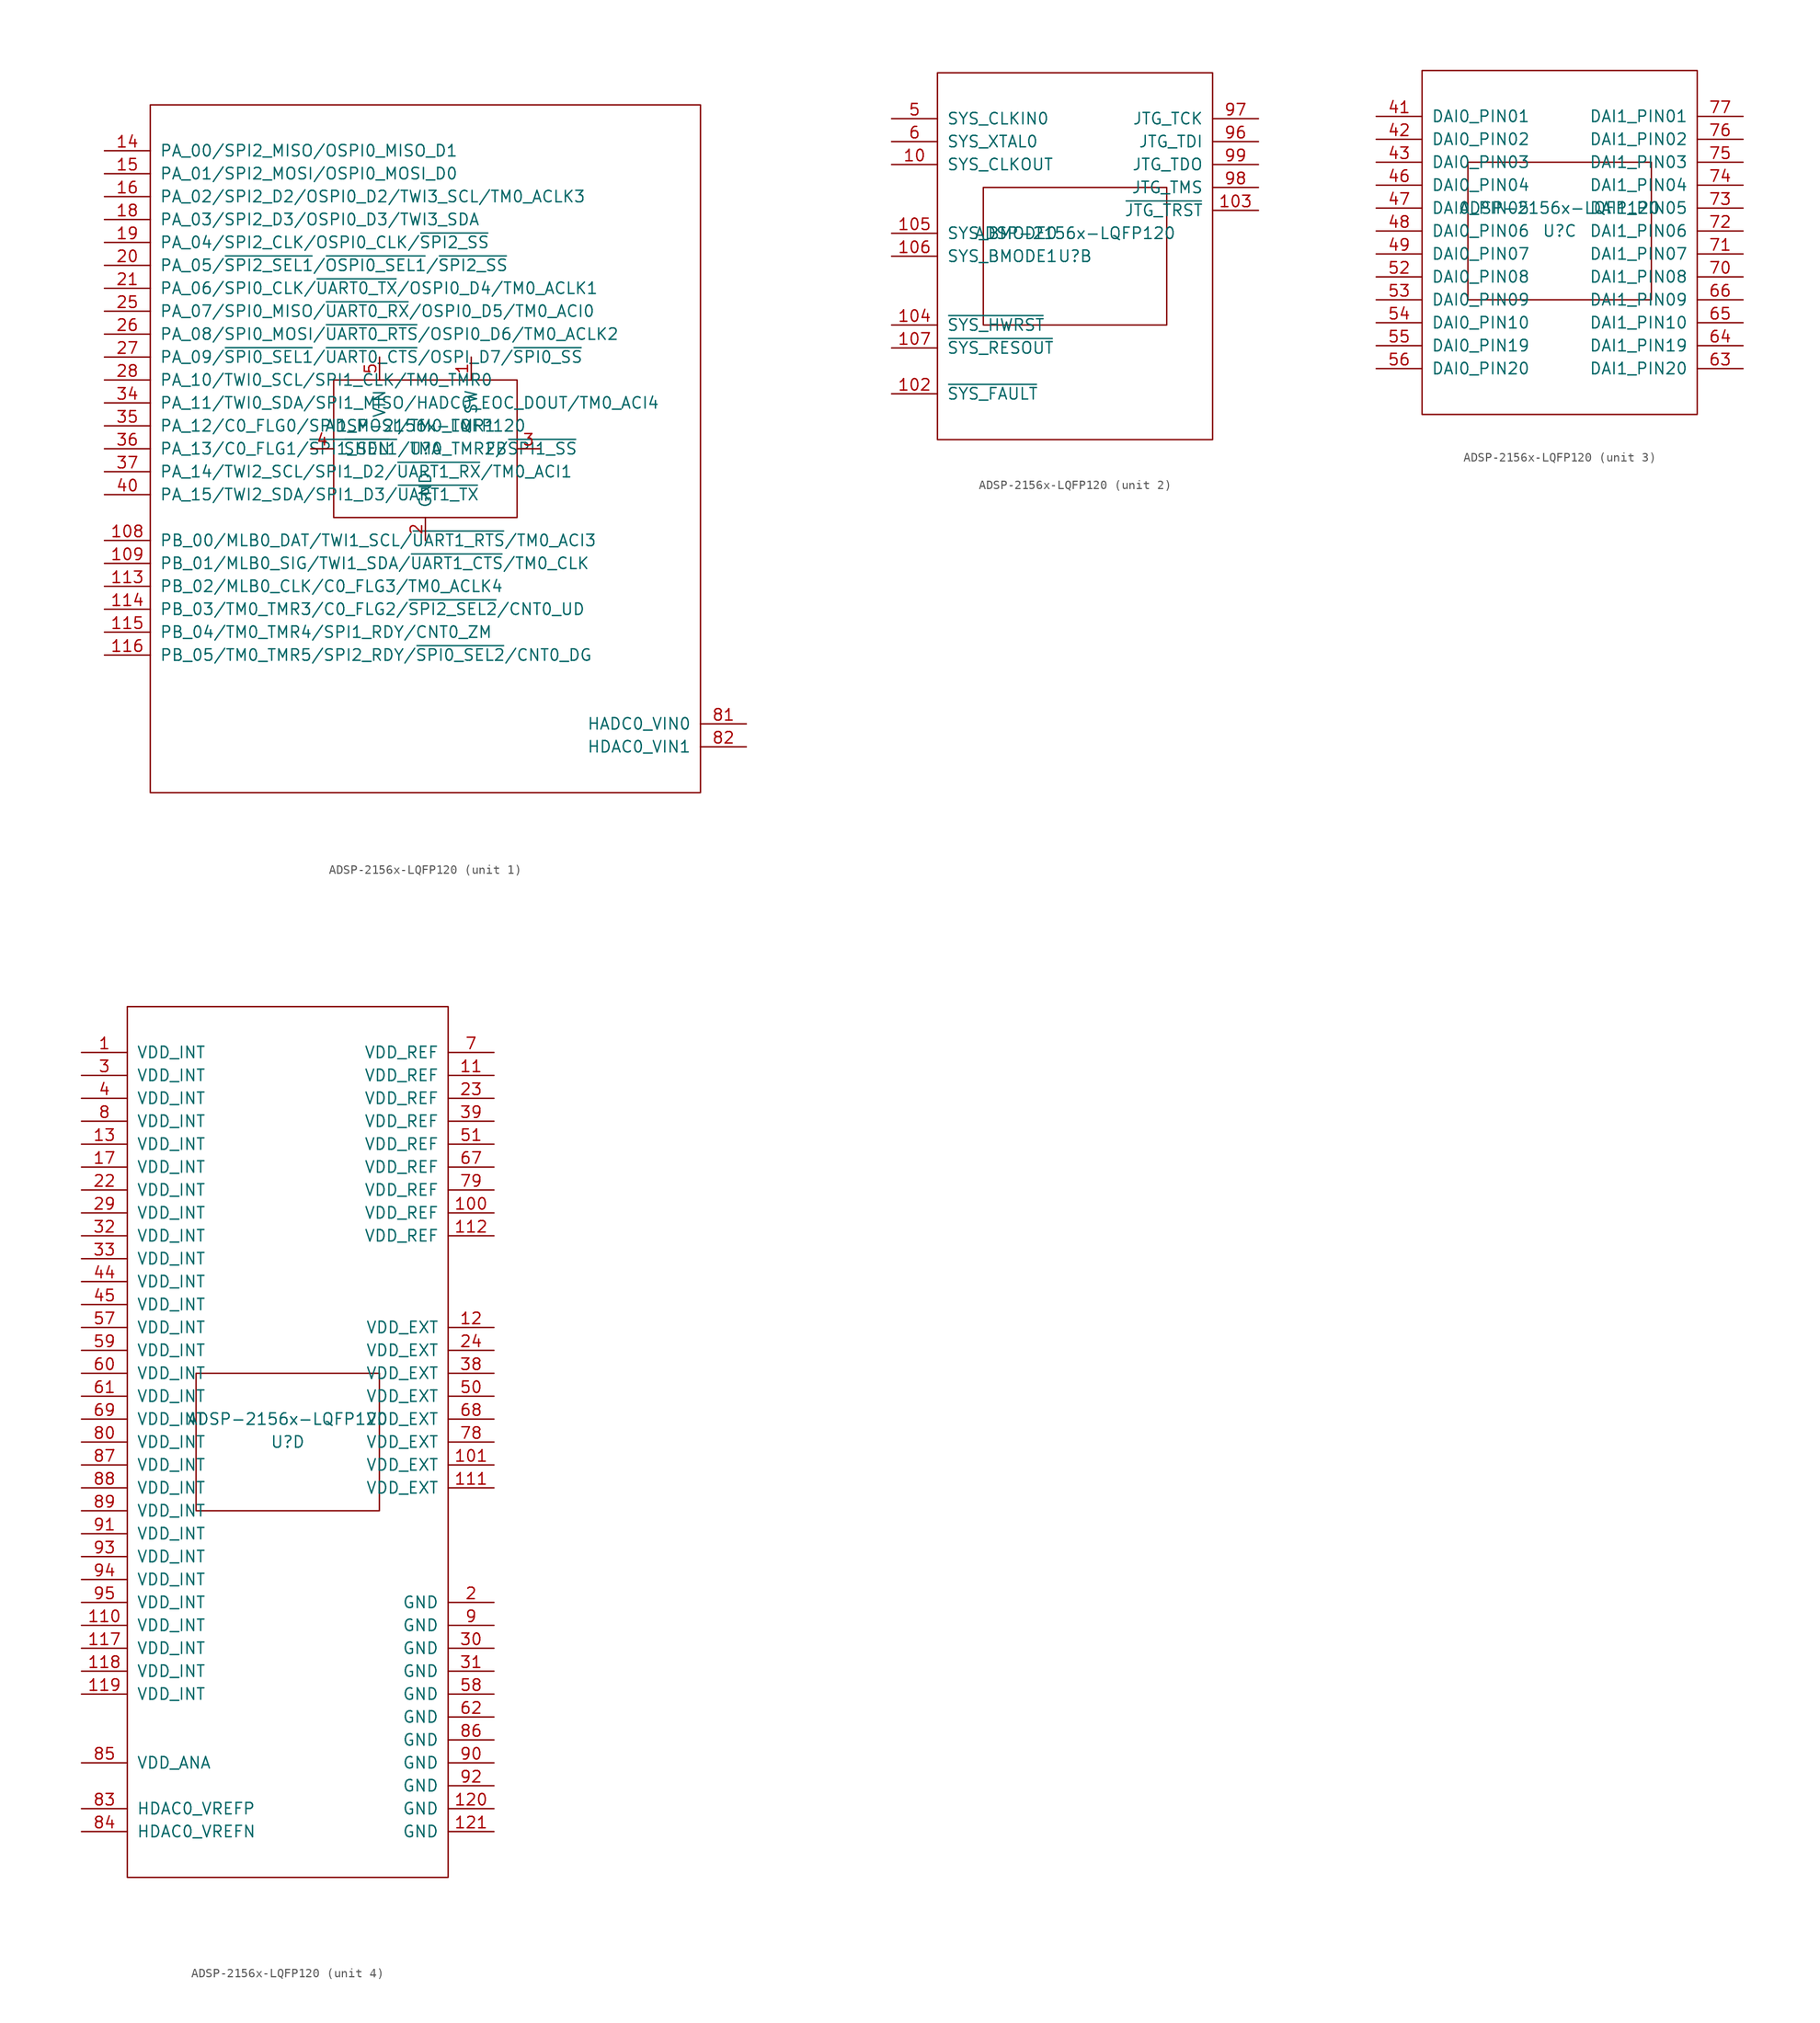
<source format=kicad_sym>
(kicad_symbol_lib
  (version 20220914)
  (generator kicad_symbol_editor)
  (symbol "ADSP-2156x-LQFP120"
    (pin_names
      (offset 1.016))
    (property "Reference" "U"
      (at 0 0 0)
      (effects (font (size 1.27 1.27))))
    (property "Value" "ADSP-2156x-LQFP120"
      (at 0 2.54 0)
      (effects (font (size 1.27 1.27))))
    (property "ki_locked" ""
      (at 0 0 0)
      (effects (font (size 1.27 1.27))))
    (symbol "ADSP-2156x-LQFP120_0_1"
      (rectangle (start -10.16 7.62) (end 10.16 -7.62) (stroke (width 0) (type solid)) (fill (type none))))
    (symbol "ADSP-2156x-LQFP120_1_1"
      (rectangle (start -30.48 38.1) (end 30.48 -38.1) (stroke (width 0) (type solid)) (fill (type none)))
      (pin power_out line (at 5.08 10.16 270) (length 2.54) (name "SW" (effects (font (size 1.27 1.27)))) (number "1" (effects (font (size 1.27 1.27)))))
      (pin bidirectional line (at -35.56 -10.16 0) (length 5.08) (name "PB_00/MLB0_DAT/TWI1_SCL/~{UART1_RTS}/TM0_ACI3" (effects (font (size 1.27 1.27)))) (number "108" (effects (font (size 1.27 1.27)))))
      (pin bidirectional line (at -35.56 -12.7 0) (length 5.08) (name "PB_01/MLB0_SIG/TWI1_SDA/~{UART1_CTS}/TM0_CLK" (effects (font (size 1.27 1.27)))) (number "109" (effects (font (size 1.27 1.27)))))
      (pin bidirectional line (at -35.56 -15.24 0) (length 5.08) (name "PB_02/MLB0_CLK/C0_FLG3/TM0_ACLK4" (effects (font (size 1.27 1.27)))) (number "113" (effects (font (size 1.27 1.27)))))
      (pin bidirectional line (at -35.56 -17.78 0) (length 5.08) (name "PB_03/TM0_TMR3/C0_FLG2/~{SPI2_SEL2}/CNT0_UD" (effects (font (size 1.27 1.27)))) (number "114" (effects (font (size 1.27 1.27)))))
      (pin bidirectional line (at -35.56 -20.32 0) (length 5.08) (name "PB_04/TM0_TMR4/SPI1_RDY/CNT0_ZM" (effects (font (size 1.27 1.27)))) (number "115" (effects (font (size 1.27 1.27)))))
      (pin bidirectional line (at -35.56 -22.86 0) (length 5.08) (name "PB_05/TM0_TMR5/SPI2_RDY/~{SPI0_SEL2}/CNT0_DG" (effects (font (size 1.27 1.27)))) (number "116" (effects (font (size 1.27 1.27)))))
      (pin bidirectional line (at -35.56 33.02 0) (length 5.08) (name "PA_00/SPI2_MISO/OSPI0_MISO_D1" (effects (font (size 1.27 1.27)))) (number "14" (effects (font (size 1.27 1.27)))))
      (pin bidirectional line (at -35.56 30.48 0) (length 5.08) (name "PA_01/SPI2_MOSI/OSPI0_MOSI_D0" (effects (font (size 1.27 1.27)))) (number "15" (effects (font (size 1.27 1.27)))))
      (pin bidirectional line (at -35.56 27.94 0) (length 5.08) (name "PA_02/SPI2_D2/OSPI0_D2/TWI3_SCL/TM0_ACLK3" (effects (font (size 1.27 1.27)))) (number "16" (effects (font (size 1.27 1.27)))))
      (pin bidirectional line (at -35.56 25.4 0) (length 5.08) (name "PA_03/SPI2_D3/OSPI0_D3/TWI3_SDA" (effects (font (size 1.27 1.27)))) (number "18" (effects (font (size 1.27 1.27)))))
      (pin bidirectional line (at -35.56 22.86 0) (length 5.08) (name "PA_04/SPI2_CLK/OSPI0_CLK/~{SPI2_SS}" (effects (font (size 1.27 1.27)))) (number "19" (effects (font (size 1.27 1.27)))))
      (pin power_in line (at 0 -10.16 90) (length 2.54) (name "GND" (effects (font (size 1.27 1.27)))) (number "2" (effects (font (size 1.27 1.27)))))
      (pin bidirectional line (at -35.56 20.32 0) (length 5.08) (name "PA_05/~{SPI2_SEL1}/~{OSPI0_SEL1}/~{SPI2_SS}" (effects (font (size 1.27 1.27)))) (number "20" (effects (font (size 1.27 1.27)))))
      (pin bidirectional line (at -35.56 17.78 0) (length 5.08) (name "PA_06/SPI0_CLK/~{UART0_TX}/OSPI0_D4/TM0_ACLK1" (effects (font (size 1.27 1.27)))) (number "21" (effects (font (size 1.27 1.27)))))
      (pin bidirectional line (at -35.56 15.24 0) (length 5.08) (name "PA_07/SPI0_MISO/~{UART0_RX}/OSPI0_D5/TM0_ACI0" (effects (font (size 1.27 1.27)))) (number "25" (effects (font (size 1.27 1.27)))))
      (pin bidirectional line (at -35.56 12.7 0) (length 5.08) (name "PA_08/SPI0_MOSI/~{UART0_RTS}/OSPI0_D6/TM0_ACLK2" (effects (font (size 1.27 1.27)))) (number "26" (effects (font (size 1.27 1.27)))))
      (pin bidirectional line (at -35.56 10.16 0) (length 5.08) (name "PA_09/~{SPI0_SEL1}/~{UART0_CTS}/OSPI_D7/~{SPI0_SS}" (effects (font (size 1.27 1.27)))) (number "27" (effects (font (size 1.27 1.27)))))
      (pin bidirectional line (at -35.56 7.62 0) (length 5.08) (name "PA_10/TWI0_SCL/SPI1_CLK/TM0_TMR0" (effects (font (size 1.27 1.27)))) (number "28" (effects (font (size 1.27 1.27)))))
      (pin input line (at 12.7 0 180) (length 2.54) (name "FB" (effects (font (size 1.27 1.27)))) (number "3" (effects (font (size 1.27 1.27)))))
      (pin bidirectional line (at -35.56 5.08 0) (length 5.08) (name "PA_11/TWI0_SDA/SPI1_MISO/HADC0_EOC_DOUT/TM0_ACI4" (effects (font (size 1.27 1.27)))) (number "34" (effects (font (size 1.27 1.27)))))
      (pin bidirectional line (at -35.56 2.54 0) (length 5.08) (name "PA_12/C0_FLG0/SPI1_MOSI/TM0_TMR1" (effects (font (size 1.27 1.27)))) (number "35" (effects (font (size 1.27 1.27)))))
      (pin bidirectional line (at -35.56 0 0) (length 5.08) (name "PA_13/C0_FLG1/~{SPI1_SEL1}/TM0_TMR2/~{SPI1_SS}" (effects (font (size 1.27 1.27)))) (number "36" (effects (font (size 1.27 1.27)))))
      (pin bidirectional line (at -35.56 -2.54 0) (length 5.08) (name "PA_14/TWI2_SCL/SPI1_D2/~{UART1_RX}/TM0_ACI1" (effects (font (size 1.27 1.27)))) (number "37" (effects (font (size 1.27 1.27)))))
      (pin input line (at -12.7 0 0) (length 2.54) (name "~{SHDN}" (effects (font (size 1.27 1.27)))) (number "4" (effects (font (size 1.27 1.27)))))
      (pin bidirectional line (at -35.56 -5.08 0) (length 5.08) (name "PA_15/TWI2_SDA/SPI1_D3/~{UART1_TX}" (effects (font (size 1.27 1.27)))) (number "40" (effects (font (size 1.27 1.27)))))
      (pin power_in line (at -5.08 10.16 270) (length 2.54) (name "VIN" (effects (font (size 1.27 1.27)))) (number "5" (effects (font (size 1.27 1.27)))))
      (pin input line (at 35.56 -30.48 180) (length 5.08) (name "HADC0_VIN0" (effects (font (size 1.27 1.27)))) (number "81" (effects (font (size 1.27 1.27)))))
      (pin input line (at 35.56 -33.02 180) (length 5.08) (name "HDAC0_VIN1" (effects (font (size 1.27 1.27)))) (number "82" (effects (font (size 1.27 1.27))))))
    (symbol "ADSP-2156x-LQFP120_2_1"
      (rectangle (start -15.24 20.32) (end 15.24 -20.32) (stroke (width 0) (type solid)) (fill (type none)))
      (pin output line (at -20.32 10.16 0) (length 5.08) (name "SYS_CLKOUT" (effects (font (size 1.27 1.27)))) (number "10" (effects (font (size 1.27 1.27)))))
      (pin output line (at -20.32 -15.24 0) (length 5.08) (name "~{SYS_FAULT}" (effects (font (size 1.27 1.27)))) (number "102" (effects (font (size 1.27 1.27)))))
      (pin input line (at 20.32 5.08 180) (length 5.08) (name "~{JTG_TRST}" (effects (font (size 1.27 1.27)))) (number "103" (effects (font (size 1.27 1.27)))))
      (pin input line (at -20.32 -7.62 0) (length 5.08) (name "~{SYS_HWRST}" (effects (font (size 1.27 1.27)))) (number "104" (effects (font (size 1.27 1.27)))))
      (pin input line (at -20.32 2.54 0) (length 5.08) (name "SYS_BMODE0" (effects (font (size 1.27 1.27)))) (number "105" (effects (font (size 1.27 1.27)))))
      (pin input line (at -20.32 0 0) (length 5.08) (name "SYS_BMODE1" (effects (font (size 1.27 1.27)))) (number "106" (effects (font (size 1.27 1.27)))))
      (pin output line (at -20.32 -10.16 0) (length 5.08) (name "~{SYS_RESOUT}" (effects (font (size 1.27 1.27)))) (number "107" (effects (font (size 1.27 1.27)))))
      (pin input line (at -20.32 15.24 0) (length 5.08) (name "SYS_CLKIN0" (effects (font (size 1.27 1.27)))) (number "5" (effects (font (size 1.27 1.27)))))
      (pin input line (at -20.32 12.7 0) (length 5.08) (name "SYS_XTAL0" (effects (font (size 1.27 1.27)))) (number "6" (effects (font (size 1.27 1.27)))))
      (pin input line (at 20.32 12.7 180) (length 5.08) (name "JTG_TDI" (effects (font (size 1.27 1.27)))) (number "96" (effects (font (size 1.27 1.27)))))
      (pin input line (at 20.32 15.24 180) (length 5.08) (name "JTG_TCK" (effects (font (size 1.27 1.27)))) (number "97" (effects (font (size 1.27 1.27)))))
      (pin input line (at 20.32 7.62 180) (length 5.08) (name "JTG_TMS" (effects (font (size 1.27 1.27)))) (number "98" (effects (font (size 1.27 1.27)))))
      (pin output line (at 20.32 10.16 180) (length 5.08) (name "JTG_TDO" (effects (font (size 1.27 1.27)))) (number "99" (effects (font (size 1.27 1.27))))))
    (symbol "ADSP-2156x-LQFP120_3_1"
      (rectangle (start -15.24 17.78) (end 15.24 -20.32) (stroke (width 0) (type solid)) (fill (type none)))
      (pin bidirectional line (at -20.32 12.7 0) (length 5.08) (name "DAI0_PIN01" (effects (font (size 1.27 1.27)))) (number "41" (effects (font (size 1.27 1.27)))))
      (pin bidirectional line (at -20.32 10.16 0) (length 5.08) (name "DAI0_PIN02" (effects (font (size 1.27 1.27)))) (number "42" (effects (font (size 1.27 1.27)))))
      (pin bidirectional line (at -20.32 7.62 0) (length 5.08) (name "DAI0_PIN03" (effects (font (size 1.27 1.27)))) (number "43" (effects (font (size 1.27 1.27)))))
      (pin bidirectional line (at -20.32 5.08 0) (length 5.08) (name "DAI0_PIN04" (effects (font (size 1.27 1.27)))) (number "46" (effects (font (size 1.27 1.27)))))
      (pin bidirectional line (at -20.32 2.54 0) (length 5.08) (name "DAI0_PIN05" (effects (font (size 1.27 1.27)))) (number "47" (effects (font (size 1.27 1.27)))))
      (pin bidirectional line (at -20.32 0 0) (length 5.08) (name "DAI0_PIN06" (effects (font (size 1.27 1.27)))) (number "48" (effects (font (size 1.27 1.27)))))
      (pin bidirectional line (at -20.32 -2.54 0) (length 5.08) (name "DAI0_PIN07" (effects (font (size 1.27 1.27)))) (number "49" (effects (font (size 1.27 1.27)))))
      (pin bidirectional line (at -20.32 -5.08 0) (length 5.08) (name "DAI0_PIN08" (effects (font (size 1.27 1.27)))) (number "52" (effects (font (size 1.27 1.27)))))
      (pin bidirectional line (at -20.32 -7.62 0) (length 5.08) (name "DAI0_PIN09" (effects (font (size 1.27 1.27)))) (number "53" (effects (font (size 1.27 1.27)))))
      (pin bidirectional line (at -20.32 -10.16 0) (length 5.08) (name "DAI0_PIN10" (effects (font (size 1.27 1.27)))) (number "54" (effects (font (size 1.27 1.27)))))
      (pin bidirectional line (at -20.32 -12.7 0) (length 5.08) (name "DAI0_PIN19" (effects (font (size 1.27 1.27)))) (number "55" (effects (font (size 1.27 1.27)))))
      (pin bidirectional line (at -20.32 -15.24 0) (length 5.08) (name "DAI0_PIN20" (effects (font (size 1.27 1.27)))) (number "56" (effects (font (size 1.27 1.27)))))
      (pin bidirectional line (at 20.32 -15.24 180) (length 5.08) (name "DAI1_PIN20" (effects (font (size 1.27 1.27)))) (number "63" (effects (font (size 1.27 1.27)))))
      (pin bidirectional line (at 20.32 -12.7 180) (length 5.08) (name "DAI1_PIN19" (effects (font (size 1.27 1.27)))) (number "64" (effects (font (size 1.27 1.27)))))
      (pin bidirectional line (at 20.32 -10.16 180) (length 5.08) (name "DAI1_PIN10" (effects (font (size 1.27 1.27)))) (number "65" (effects (font (size 1.27 1.27)))))
      (pin bidirectional line (at 20.32 -7.62 180) (length 5.08) (name "DAI1_PIN09" (effects (font (size 1.27 1.27)))) (number "66" (effects (font (size 1.27 1.27)))))
      (pin bidirectional line (at 20.32 -5.08 180) (length 5.08) (name "DAI1_PIN08" (effects (font (size 1.27 1.27)))) (number "70" (effects (font (size 1.27 1.27)))))
      (pin bidirectional line (at 20.32 -2.54 180) (length 5.08) (name "DAI1_PIN07" (effects (font (size 1.27 1.27)))) (number "71" (effects (font (size 1.27 1.27)))))
      (pin bidirectional line (at 20.32 0 180) (length 5.08) (name "DAI1_PIN06" (effects (font (size 1.27 1.27)))) (number "72" (effects (font (size 1.27 1.27)))))
      (pin bidirectional line (at 20.32 2.54 180) (length 5.08) (name "DAI1_PIN05" (effects (font (size 1.27 1.27)))) (number "73" (effects (font (size 1.27 1.27)))))
      (pin bidirectional line (at 20.32 5.08 180) (length 5.08) (name "DAI1_PIN04" (effects (font (size 1.27 1.27)))) (number "74" (effects (font (size 1.27 1.27)))))
      (pin bidirectional line (at 20.32 7.62 180) (length 5.08) (name "DAI1_PIN03" (effects (font (size 1.27 1.27)))) (number "75" (effects (font (size 1.27 1.27)))))
      (pin bidirectional line (at 20.32 10.16 180) (length 5.08) (name "DAI1_PIN02" (effects (font (size 1.27 1.27)))) (number "76" (effects (font (size 1.27 1.27)))))
      (pin bidirectional line (at 20.32 12.7 180) (length 5.08) (name "DAI1_PIN01" (effects (font (size 1.27 1.27)))) (number "77" (effects (font (size 1.27 1.27))))))
    (symbol "ADSP-2156x-LQFP120_4_1"
      (rectangle (start -17.78 48.26) (end 17.78 -48.26) (stroke (width 0) (type solid)) (fill (type none)))
      (pin power_in line (at -22.86 43.18 0) (length 5.08) (name "VDD_INT" (effects (font (size 1.27 1.27)))) (number "1" (effects (font (size 1.27 1.27)))))
      (pin power_in line (at 22.86 25.4 180) (length 5.08) (name "VDD_REF" (effects (font (size 1.27 1.27)))) (number "100" (effects (font (size 1.27 1.27)))))
      (pin power_in line (at 22.86 -2.54 180) (length 5.08) (name "VDD_EXT" (effects (font (size 1.27 1.27)))) (number "101" (effects (font (size 1.27 1.27)))))
      (pin power_in line (at 22.86 40.64 180) (length 5.08) (name "VDD_REF" (effects (font (size 1.27 1.27)))) (number "11" (effects (font (size 1.27 1.27)))))
      (pin power_in line (at -22.86 -20.32 0) (length 5.08) (name "VDD_INT" (effects (font (size 1.27 1.27)))) (number "110" (effects (font (size 1.27 1.27)))))
      (pin power_in line (at 22.86 -5.08 180) (length 5.08) (name "VDD_EXT" (effects (font (size 1.27 1.27)))) (number "111" (effects (font (size 1.27 1.27)))))
      (pin power_in line (at 22.86 22.86 180) (length 5.08) (name "VDD_REF" (effects (font (size 1.27 1.27)))) (number "112" (effects (font (size 1.27 1.27)))))
      (pin power_in line (at -22.86 -22.86 0) (length 5.08) (name "VDD_INT" (effects (font (size 1.27 1.27)))) (number "117" (effects (font (size 1.27 1.27)))))
      (pin power_in line (at -22.86 -25.4 0) (length 5.08) (name "VDD_INT" (effects (font (size 1.27 1.27)))) (number "118" (effects (font (size 1.27 1.27)))))
      (pin power_in line (at -22.86 -27.94 0) (length 5.08) (name "VDD_INT" (effects (font (size 1.27 1.27)))) (number "119" (effects (font (size 1.27 1.27)))))
      (pin power_in line (at 22.86 12.7 180) (length 5.08) (name "VDD_EXT" (effects (font (size 1.27 1.27)))) (number "12" (effects (font (size 1.27 1.27)))))
      (pin power_in line (at 22.86 -40.64 180) (length 5.08) (name "GND" (effects (font (size 1.27 1.27)))) (number "120" (effects (font (size 1.27 1.27)))))
      (pin power_in line (at 22.86 -43.18 180) (length 5.08) (name "GND" (effects (font (size 1.27 1.27)))) (number "121" (effects (font (size 1.27 1.27)))))
      (pin power_in line (at -22.86 33.02 0) (length 5.08) (name "VDD_INT" (effects (font (size 1.27 1.27)))) (number "13" (effects (font (size 1.27 1.27)))))
      (pin power_in line (at -22.86 30.48 0) (length 5.08) (name "VDD_INT" (effects (font (size 1.27 1.27)))) (number "17" (effects (font (size 1.27 1.27)))))
      (pin power_in line (at 22.86 -17.78 180) (length 5.08) (name "GND" (effects (font (size 1.27 1.27)))) (number "2" (effects (font (size 1.27 1.27)))))
      (pin power_in line (at -22.86 27.94 0) (length 5.08) (name "VDD_INT" (effects (font (size 1.27 1.27)))) (number "22" (effects (font (size 1.27 1.27)))))
      (pin power_in line (at 22.86 38.1 180) (length 5.08) (name "VDD_REF" (effects (font (size 1.27 1.27)))) (number "23" (effects (font (size 1.27 1.27)))))
      (pin power_in line (at 22.86 10.16 180) (length 5.08) (name "VDD_EXT" (effects (font (size 1.27 1.27)))) (number "24" (effects (font (size 1.27 1.27)))))
      (pin power_in line (at -22.86 25.4 0) (length 5.08) (name "VDD_INT" (effects (font (size 1.27 1.27)))) (number "29" (effects (font (size 1.27 1.27)))))
      (pin power_in line (at -22.86 40.64 0) (length 5.08) (name "VDD_INT" (effects (font (size 1.27 1.27)))) (number "3" (effects (font (size 1.27 1.27)))))
      (pin power_in line (at 22.86 -22.86 180) (length 5.08) (name "GND" (effects (font (size 1.27 1.27)))) (number "30" (effects (font (size 1.27 1.27)))))
      (pin power_in line (at 22.86 -25.4 180) (length 5.08) (name "GND" (effects (font (size 1.27 1.27)))) (number "31" (effects (font (size 1.27 1.27)))))
      (pin power_in line (at -22.86 22.86 0) (length 5.08) (name "VDD_INT" (effects (font (size 1.27 1.27)))) (number "32" (effects (font (size 1.27 1.27)))))
      (pin power_in line (at -22.86 20.32 0) (length 5.08) (name "VDD_INT" (effects (font (size 1.27 1.27)))) (number "33" (effects (font (size 1.27 1.27)))))
      (pin power_in line (at 22.86 7.62 180) (length 5.08) (name "VDD_EXT" (effects (font (size 1.27 1.27)))) (number "38" (effects (font (size 1.27 1.27)))))
      (pin power_in line (at 22.86 35.56 180) (length 5.08) (name "VDD_REF" (effects (font (size 1.27 1.27)))) (number "39" (effects (font (size 1.27 1.27)))))
      (pin power_in line (at -22.86 38.1 0) (length 5.08) (name "VDD_INT" (effects (font (size 1.27 1.27)))) (number "4" (effects (font (size 1.27 1.27)))))
      (pin power_in line (at -22.86 17.78 0) (length 5.08) (name "VDD_INT" (effects (font (size 1.27 1.27)))) (number "44" (effects (font (size 1.27 1.27)))))
      (pin power_in line (at -22.86 15.24 0) (length 5.08) (name "VDD_INT" (effects (font (size 1.27 1.27)))) (number "45" (effects (font (size 1.27 1.27)))))
      (pin power_in line (at 22.86 5.08 180) (length 5.08) (name "VDD_EXT" (effects (font (size 1.27 1.27)))) (number "50" (effects (font (size 1.27 1.27)))))
      (pin power_in line (at 22.86 33.02 180) (length 5.08) (name "VDD_REF" (effects (font (size 1.27 1.27)))) (number "51" (effects (font (size 1.27 1.27)))))
      (pin power_in line (at -22.86 12.7 0) (length 5.08) (name "VDD_INT" (effects (font (size 1.27 1.27)))) (number "57" (effects (font (size 1.27 1.27)))))
      (pin power_in line (at 22.86 -27.94 180) (length 5.08) (name "GND" (effects (font (size 1.27 1.27)))) (number "58" (effects (font (size 1.27 1.27)))))
      (pin power_in line (at -22.86 10.16 0) (length 5.08) (name "VDD_INT" (effects (font (size 1.27 1.27)))) (number "59" (effects (font (size 1.27 1.27)))))
      (pin power_in line (at -22.86 7.62 0) (length 5.08) (name "VDD_INT" (effects (font (size 1.27 1.27)))) (number "60" (effects (font (size 1.27 1.27)))))
      (pin power_in line (at -22.86 5.08 0) (length 5.08) (name "VDD_INT" (effects (font (size 1.27 1.27)))) (number "61" (effects (font (size 1.27 1.27)))))
      (pin power_in line (at 22.86 -30.48 180) (length 5.08) (name "GND" (effects (font (size 1.27 1.27)))) (number "62" (effects (font (size 1.27 1.27)))))
      (pin power_in line (at 22.86 30.48 180) (length 5.08) (name "VDD_REF" (effects (font (size 1.27 1.27)))) (number "67" (effects (font (size 1.27 1.27)))))
      (pin power_in line (at 22.86 2.54 180) (length 5.08) (name "VDD_EXT" (effects (font (size 1.27 1.27)))) (number "68" (effects (font (size 1.27 1.27)))))
      (pin power_in line (at -22.86 2.54 0) (length 5.08) (name "VDD_INT" (effects (font (size 1.27 1.27)))) (number "69" (effects (font (size 1.27 1.27)))))
      (pin power_in line (at 22.86 43.18 180) (length 5.08) (name "VDD_REF" (effects (font (size 1.27 1.27)))) (number "7" (effects (font (size 1.27 1.27)))))
      (pin power_in line (at 22.86 0 180) (length 5.08) (name "VDD_EXT" (effects (font (size 1.27 1.27)))) (number "78" (effects (font (size 1.27 1.27)))))
      (pin power_in line (at 22.86 27.94 180) (length 5.08) (name "VDD_REF" (effects (font (size 1.27 1.27)))) (number "79" (effects (font (size 1.27 1.27)))))
      (pin power_in line (at -22.86 35.56 0) (length 5.08) (name "VDD_INT" (effects (font (size 1.27 1.27)))) (number "8" (effects (font (size 1.27 1.27)))))
      (pin power_in line (at -22.86 0 0) (length 5.08) (name "VDD_INT" (effects (font (size 1.27 1.27)))) (number "80" (effects (font (size 1.27 1.27)))))
      (pin input line (at -22.86 -40.64 0) (length 5.08) (name "HDAC0_VREFP" (effects (font (size 1.27 1.27)))) (number "83" (effects (font (size 1.27 1.27)))))
      (pin input line (at -22.86 -43.18 0) (length 5.08) (name "HDAC0_VREFN" (effects (font (size 1.27 1.27)))) (number "84" (effects (font (size 1.27 1.27)))))
      (pin power_in line (at -22.86 -35.56 0) (length 5.08) (name "VDD_ANA" (effects (font (size 1.27 1.27)))) (number "85" (effects (font (size 1.27 1.27)))))
      (pin power_in line (at 22.86 -33.02 180) (length 5.08) (name "GND" (effects (font (size 1.27 1.27)))) (number "86" (effects (font (size 1.27 1.27)))))
      (pin power_in line (at -22.86 -2.54 0) (length 5.08) (name "VDD_INT" (effects (font (size 1.27 1.27)))) (number "87" (effects (font (size 1.27 1.27)))))
      (pin power_in line (at -22.86 -5.08 0) (length 5.08) (name "VDD_INT" (effects (font (size 1.27 1.27)))) (number "88" (effects (font (size 1.27 1.27)))))
      (pin power_in line (at -22.86 -7.62 0) (length 5.08) (name "VDD_INT" (effects (font (size 1.27 1.27)))) (number "89" (effects (font (size 1.27 1.27)))))
      (pin power_in line (at 22.86 -20.32 180) (length 5.08) (name "GND" (effects (font (size 1.27 1.27)))) (number "9" (effects (font (size 1.27 1.27)))))
      (pin power_in line (at 22.86 -35.56 180) (length 5.08) (name "GND" (effects (font (size 1.27 1.27)))) (number "90" (effects (font (size 1.27 1.27)))))
      (pin power_in line (at -22.86 -10.16 0) (length 5.08) (name "VDD_INT" (effects (font (size 1.27 1.27)))) (number "91" (effects (font (size 1.27 1.27)))))
      (pin power_in line (at 22.86 -38.1 180) (length 5.08) (name "GND" (effects (font (size 1.27 1.27)))) (number "92" (effects (font (size 1.27 1.27)))))
      (pin power_in line (at -22.86 -12.7 0) (length 5.08) (name "VDD_INT" (effects (font (size 1.27 1.27)))) (number "93" (effects (font (size 1.27 1.27)))))
      (pin power_in line (at -22.86 -15.24 0) (length 5.08) (name "VDD_INT" (effects (font (size 1.27 1.27)))) (number "94" (effects (font (size 1.27 1.27)))))
      (pin power_in line (at -22.86 -17.78 0) (length 5.08) (name "VDD_INT" (effects (font (size 1.27 1.27)))) (number "95" (effects (font (size 1.27 1.27))))))))
</source>
